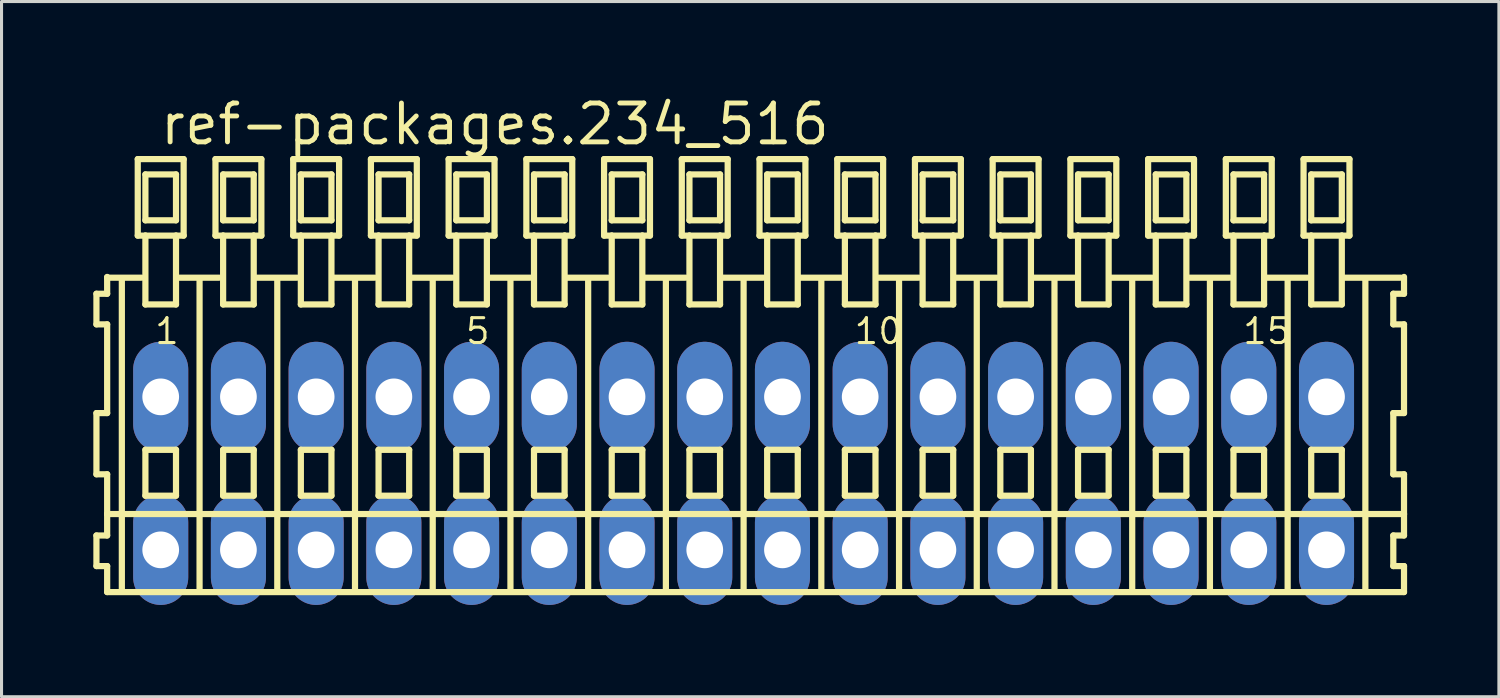
<source format=kicad_pcb>
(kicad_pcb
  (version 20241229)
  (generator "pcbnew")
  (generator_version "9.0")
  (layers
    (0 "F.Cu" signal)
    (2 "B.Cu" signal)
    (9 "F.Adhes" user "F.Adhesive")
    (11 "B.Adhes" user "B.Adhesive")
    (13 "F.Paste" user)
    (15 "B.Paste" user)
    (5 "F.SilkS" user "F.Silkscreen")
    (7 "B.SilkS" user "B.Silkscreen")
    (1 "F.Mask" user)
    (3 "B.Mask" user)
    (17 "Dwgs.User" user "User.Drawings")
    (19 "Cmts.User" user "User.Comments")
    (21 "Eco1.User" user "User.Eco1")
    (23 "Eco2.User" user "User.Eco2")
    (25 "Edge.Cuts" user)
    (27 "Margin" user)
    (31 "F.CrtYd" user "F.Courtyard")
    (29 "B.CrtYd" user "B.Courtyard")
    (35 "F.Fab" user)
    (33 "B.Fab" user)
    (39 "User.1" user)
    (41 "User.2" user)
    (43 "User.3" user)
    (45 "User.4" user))
  (footprint "ref-packages.234_516"
    (layer "F.Cu")
    (at 21.252 12.42)
    (property "Reference" "ref-packages.234_516" (at -19.15 -10.67 0) (layer "F.SilkS") (effects (font (size 1.27 1.27) (thickness 0.16)) (justify left bottom)))
    (attr through_hole)
    (fp_line (start -21.15 -5.87) (end -21.15 -4.87) (stroke (width 0.203) (type default)) (layer "F.SilkS"))
    (fp_line (start -21.15 -4.87) (end -20.8 -4.87) (stroke (width 0.203) (type default)) (layer "F.SilkS"))
    (fp_line (start -21.15 -1.97) (end -21.15 0.03) (stroke (width 0.203) (type default)) (layer "F.SilkS"))
    (fp_line (start -21.15 0.03) (end -20.8 0.03) (stroke (width 0.203) (type default)) (layer "F.SilkS"))
    (fp_line (start -21.15 2.03) (end -21.15 3.03) (stroke (width 0.203) (type default)) (layer "F.SilkS"))
    (fp_line (start -21.15 3.03) (end -20.8 3.03) (stroke (width 0.203) (type default)) (layer "F.SilkS"))
    (fp_line (start -20.8 -6.42) (end -20.8 -6.395) (stroke (width 0.203) (type default)) (layer "F.SilkS"))
    (fp_line (start -20.8 -6.395) (end -20.8 -5.87) (stroke (width 0.203) (type default)) (layer "F.SilkS"))
    (fp_line (start -20.8 -6.395) (end -19.675 -6.395) (stroke (width 0.203) (type default)) (layer "F.SilkS"))
    (fp_line (start -20.8 -5.87) (end -21.15 -5.87) (stroke (width 0.203) (type default)) (layer "F.SilkS"))
    (fp_line (start -20.8 -4.87) (end -20.8 -1.97) (stroke (width 0.203) (type default)) (layer "F.SilkS"))
    (fp_line (start -20.8 -1.97) (end -21.15 -1.97) (stroke (width 0.203) (type default)) (layer "F.SilkS"))
    (fp_line (start -20.8 0.03) (end -20.8 1.33) (stroke (width 0.203) (type default)) (layer "F.SilkS"))
    (fp_line (start -20.8 1.33) (end -20.8 2.03) (stroke (width 0.203) (type default)) (layer "F.SilkS"))
    (fp_line (start -20.8 1.33) (end 21.583 1.33) (stroke (width 0.203) (type default)) (layer "F.SilkS"))
    (fp_line (start -20.8 2.03) (end -21.15 2.03) (stroke (width 0.203) (type default)) (layer "F.SilkS"))
    (fp_line (start -20.8 3.03) (end -20.8 3.88) (stroke (width 0.203) (type default)) (layer "F.SilkS"))
    (fp_line (start -20.8 3.88) (end 21.583 3.88) (stroke (width 0.203) (type default)) (layer "F.SilkS"))
    (fp_line (start -20.32 3.83) (end -20.32 -6.33) (stroke (width 0.203) (type default)) (layer "F.SilkS"))
    (fp_line (start -19.8 -10.27) (end -19.8 -7.77) (stroke (width 0.203) (type default)) (layer "F.SilkS"))
    (fp_line (start -19.8 -7.77) (end -19.55 -7.77) (stroke (width 0.203) (type default)) (layer "F.SilkS"))
    (fp_line (start -19.55 -9.77) (end -19.55 -8.27) (stroke (width 0.203) (type default)) (layer "F.SilkS"))
    (fp_line (start -19.55 -8.27) (end -18.55 -8.27) (stroke (width 0.203) (type default)) (layer "F.SilkS"))
    (fp_line (start -19.55 -7.77) (end -19.55 -5.52) (stroke (width 0.203) (type default)) (layer "F.SilkS"))
    (fp_line (start -19.55 -7.77) (end -18.55 -7.77) (stroke (width 0.203) (type default)) (layer "F.SilkS"))
    (fp_line (start -19.55 -5.52) (end -18.55 -5.52) (stroke (width 0.203) (type default)) (layer "F.SilkS"))
    (fp_line (start -19.55 -0.77) (end -19.55 0.73) (stroke (width 0.203) (type default)) (layer "F.SilkS"))
    (fp_line (start -19.55 0.73) (end -18.55 0.73) (stroke (width 0.203) (type default)) (layer "F.SilkS"))
    (fp_line (start -18.55 -9.77) (end -19.55 -9.77) (stroke (width 0.203) (type default)) (layer "F.SilkS"))
    (fp_line (start -18.55 -8.27) (end -18.55 -9.77) (stroke (width 0.203) (type default)) (layer "F.SilkS"))
    (fp_line (start -18.55 -7.77) (end -18.3 -7.77) (stroke (width 0.203) (type default)) (layer "F.SilkS"))
    (fp_line (start -18.55 -5.52) (end -18.55 -7.77) (stroke (width 0.203) (type default)) (layer "F.SilkS"))
    (fp_line (start -18.55 -0.77) (end -19.55 -0.77) (stroke (width 0.203) (type default)) (layer "F.SilkS"))
    (fp_line (start -18.55 0.73) (end -18.55 -0.77) (stroke (width 0.203) (type default)) (layer "F.SilkS"))
    (fp_line (start -18.514 -6.395) (end -17.135 -6.395) (stroke (width 0.203) (type default)) (layer "F.SilkS"))
    (fp_line (start -18.3 -10.27) (end -19.8 -10.27) (stroke (width 0.203) (type default)) (layer "F.SilkS"))
    (fp_line (start -18.3 -7.77) (end -18.3 -10.27) (stroke (width 0.203) (type default)) (layer "F.SilkS"))
    (fp_line (start -17.78 3.83) (end -17.78 -6.33) (stroke (width 0.203) (type default)) (layer "F.SilkS"))
    (fp_line (start -17.26 -10.27) (end -17.26 -7.77) (stroke (width 0.203) (type default)) (layer "F.SilkS"))
    (fp_line (start -17.26 -7.77) (end -17.01 -7.77) (stroke (width 0.203) (type default)) (layer "F.SilkS"))
    (fp_line (start -17.01 -9.77) (end -17.01 -8.27) (stroke (width 0.203) (type default)) (layer "F.SilkS"))
    (fp_line (start -17.01 -8.27) (end -16.01 -8.27) (stroke (width 0.203) (type default)) (layer "F.SilkS"))
    (fp_line (start -17.01 -7.77) (end -17.01 -5.52) (stroke (width 0.203) (type default)) (layer "F.SilkS"))
    (fp_line (start -17.01 -7.77) (end -16.01 -7.77) (stroke (width 0.203) (type default)) (layer "F.SilkS"))
    (fp_line (start -17.01 -5.52) (end -16.01 -5.52) (stroke (width 0.203) (type default)) (layer "F.SilkS"))
    (fp_line (start -17.01 -0.77) (end -17.01 0.73) (stroke (width 0.203) (type default)) (layer "F.SilkS"))
    (fp_line (start -17.01 0.73) (end -16.01 0.73) (stroke (width 0.203) (type default)) (layer "F.SilkS"))
    (fp_line (start -16.01 -9.77) (end -17.01 -9.77) (stroke (width 0.203) (type default)) (layer "F.SilkS"))
    (fp_line (start -16.01 -8.27) (end -16.01 -9.77) (stroke (width 0.203) (type default)) (layer "F.SilkS"))
    (fp_line (start -16.01 -7.77) (end -15.76 -7.77) (stroke (width 0.203) (type default)) (layer "F.SilkS"))
    (fp_line (start -16.01 -5.52) (end -16.01 -7.77) (stroke (width 0.203) (type default)) (layer "F.SilkS"))
    (fp_line (start -16.01 -0.77) (end -17.01 -0.77) (stroke (width 0.203) (type default)) (layer "F.SilkS"))
    (fp_line (start -16.01 0.73) (end -16.01 -0.77) (stroke (width 0.203) (type default)) (layer "F.SilkS"))
    (fp_line (start -15.974 -6.395) (end -14.595 -6.395) (stroke (width 0.203) (type default)) (layer "F.SilkS"))
    (fp_line (start -15.76 -10.27) (end -17.26 -10.27) (stroke (width 0.203) (type default)) (layer "F.SilkS"))
    (fp_line (start -15.76 -7.77) (end -15.76 -10.27) (stroke (width 0.203) (type default)) (layer "F.SilkS"))
    (fp_line (start -15.24 3.83) (end -15.24 -6.33) (stroke (width 0.203) (type default)) (layer "F.SilkS"))
    (fp_line (start -14.72 -10.27) (end -14.72 -7.77) (stroke (width 0.203) (type default)) (layer "F.SilkS"))
    (fp_line (start -14.72 -7.77) (end -14.47 -7.77) (stroke (width 0.203) (type default)) (layer "F.SilkS"))
    (fp_line (start -14.47 -9.77) (end -14.47 -8.27) (stroke (width 0.203) (type default)) (layer "F.SilkS"))
    (fp_line (start -14.47 -8.27) (end -13.47 -8.27) (stroke (width 0.203) (type default)) (layer "F.SilkS"))
    (fp_line (start -14.47 -7.77) (end -14.47 -5.52) (stroke (width 0.203) (type default)) (layer "F.SilkS"))
    (fp_line (start -14.47 -7.77) (end -13.47 -7.77) (stroke (width 0.203) (type default)) (layer "F.SilkS"))
    (fp_line (start -14.47 -5.52) (end -13.47 -5.52) (stroke (width 0.203) (type default)) (layer "F.SilkS"))
    (fp_line (start -14.47 -0.77) (end -14.47 0.73) (stroke (width 0.203) (type default)) (layer "F.SilkS"))
    (fp_line (start -14.47 0.73) (end -13.47 0.73) (stroke (width 0.203) (type default)) (layer "F.SilkS"))
    (fp_line (start -13.47 -9.77) (end -14.47 -9.77) (stroke (width 0.203) (type default)) (layer "F.SilkS"))
    (fp_line (start -13.47 -8.27) (end -13.47 -9.77) (stroke (width 0.203) (type default)) (layer "F.SilkS"))
    (fp_line (start -13.47 -7.77) (end -13.22 -7.77) (stroke (width 0.203) (type default)) (layer "F.SilkS"))
    (fp_line (start -13.47 -5.52) (end -13.47 -7.77) (stroke (width 0.203) (type default)) (layer "F.SilkS"))
    (fp_line (start -13.47 -0.77) (end -14.47 -0.77) (stroke (width 0.203) (type default)) (layer "F.SilkS"))
    (fp_line (start -13.47 0.73) (end -13.47 -0.77) (stroke (width 0.203) (type default)) (layer "F.SilkS"))
    (fp_line (start -13.434 -6.395) (end -12.055 -6.395) (stroke (width 0.203) (type default)) (layer "F.SilkS"))
    (fp_line (start -13.22 -10.27) (end -14.72 -10.27) (stroke (width 0.203) (type default)) (layer "F.SilkS"))
    (fp_line (start -13.22 -7.77) (end -13.22 -10.27) (stroke (width 0.203) (type default)) (layer "F.SilkS"))
    (fp_line (start -12.7 3.83) (end -12.7 -6.33) (stroke (width 0.203) (type default)) (layer "F.SilkS"))
    (fp_line (start -12.18 -10.27) (end -12.18 -7.77) (stroke (width 0.203) (type default)) (layer "F.SilkS"))
    (fp_line (start -12.18 -7.77) (end -11.93 -7.77) (stroke (width 0.203) (type default)) (layer "F.SilkS"))
    (fp_line (start -11.93 -9.77) (end -11.93 -8.27) (stroke (width 0.203) (type default)) (layer "F.SilkS"))
    (fp_line (start -11.93 -8.27) (end -10.93 -8.27) (stroke (width 0.203) (type default)) (layer "F.SilkS"))
    (fp_line (start -11.93 -7.77) (end -11.93 -5.52) (stroke (width 0.203) (type default)) (layer "F.SilkS"))
    (fp_line (start -11.93 -7.77) (end -10.93 -7.77) (stroke (width 0.203) (type default)) (layer "F.SilkS"))
    (fp_line (start -11.93 -5.52) (end -10.93 -5.52) (stroke (width 0.203) (type default)) (layer "F.SilkS"))
    (fp_line (start -11.93 -0.77) (end -11.93 0.73) (stroke (width 0.203) (type default)) (layer "F.SilkS"))
    (fp_line (start -11.93 0.73) (end -10.93 0.73) (stroke (width 0.203) (type default)) (layer "F.SilkS"))
    (fp_line (start -10.93 -9.77) (end -11.93 -9.77) (stroke (width 0.203) (type default)) (layer "F.SilkS"))
    (fp_line (start -10.93 -8.27) (end -10.93 -9.77) (stroke (width 0.203) (type default)) (layer "F.SilkS"))
    (fp_line (start -10.93 -7.77) (end -10.68 -7.77) (stroke (width 0.203) (type default)) (layer "F.SilkS"))
    (fp_line (start -10.93 -5.52) (end -10.93 -7.77) (stroke (width 0.203) (type default)) (layer "F.SilkS"))
    (fp_line (start -10.93 -0.77) (end -11.93 -0.77) (stroke (width 0.203) (type default)) (layer "F.SilkS"))
    (fp_line (start -10.93 0.73) (end -10.93 -0.77) (stroke (width 0.203) (type default)) (layer "F.SilkS"))
    (fp_line (start -10.894 -6.395) (end -9.515 -6.395) (stroke (width 0.203) (type default)) (layer "F.SilkS"))
    (fp_line (start -10.68 -10.27) (end -12.18 -10.27) (stroke (width 0.203) (type default)) (layer "F.SilkS"))
    (fp_line (start -10.68 -7.77) (end -10.68 -10.27) (stroke (width 0.203) (type default)) (layer "F.SilkS"))
    (fp_line (start -10.16 3.83) (end -10.16 -6.33) (stroke (width 0.203) (type default)) (layer "F.SilkS"))
    (fp_line (start -9.64 -10.27) (end -9.64 -7.77) (stroke (width 0.203) (type default)) (layer "F.SilkS"))
    (fp_line (start -9.64 -7.77) (end -9.39 -7.77) (stroke (width 0.203) (type default)) (layer "F.SilkS"))
    (fp_line (start -9.39 -9.77) (end -9.39 -8.27) (stroke (width 0.203) (type default)) (layer "F.SilkS"))
    (fp_line (start -9.39 -8.27) (end -8.39 -8.27) (stroke (width 0.203) (type default)) (layer "F.SilkS"))
    (fp_line (start -9.39 -7.77) (end -9.39 -5.52) (stroke (width 0.203) (type default)) (layer "F.SilkS"))
    (fp_line (start -9.39 -7.77) (end -8.39 -7.77) (stroke (width 0.203) (type default)) (layer "F.SilkS"))
    (fp_line (start -9.39 -5.52) (end -8.39 -5.52) (stroke (width 0.203) (type default)) (layer "F.SilkS"))
    (fp_line (start -9.39 -0.77) (end -9.39 0.73) (stroke (width 0.203) (type default)) (layer "F.SilkS"))
    (fp_line (start -9.39 0.73) (end -8.39 0.73) (stroke (width 0.203) (type default)) (layer "F.SilkS"))
    (fp_line (start -8.39 -9.77) (end -9.39 -9.77) (stroke (width 0.203) (type default)) (layer "F.SilkS"))
    (fp_line (start -8.39 -8.27) (end -8.39 -9.77) (stroke (width 0.203) (type default)) (layer "F.SilkS"))
    (fp_line (start -8.39 -7.77) (end -8.14 -7.77) (stroke (width 0.203) (type default)) (layer "F.SilkS"))
    (fp_line (start -8.39 -5.52) (end -8.39 -7.77) (stroke (width 0.203) (type default)) (layer "F.SilkS"))
    (fp_line (start -8.39 -0.77) (end -9.39 -0.77) (stroke (width 0.203) (type default)) (layer "F.SilkS"))
    (fp_line (start -8.39 0.73) (end -8.39 -0.77) (stroke (width 0.203) (type default)) (layer "F.SilkS"))
    (fp_line (start -8.354 -6.395) (end -6.975 -6.395) (stroke (width 0.203) (type default)) (layer "F.SilkS"))
    (fp_line (start -8.14 -10.27) (end -9.64 -10.27) (stroke (width 0.203) (type default)) (layer "F.SilkS"))
    (fp_line (start -8.14 -7.77) (end -8.14 -10.27) (stroke (width 0.203) (type default)) (layer "F.SilkS"))
    (fp_line (start -7.62 3.83) (end -7.62 -6.33) (stroke (width 0.203) (type default)) (layer "F.SilkS"))
    (fp_line (start -7.1 -10.27) (end -7.1 -7.77) (stroke (width 0.203) (type default)) (layer "F.SilkS"))
    (fp_line (start -7.1 -7.77) (end -6.85 -7.77) (stroke (width 0.203) (type default)) (layer "F.SilkS"))
    (fp_line (start -6.85 -9.77) (end -6.85 -8.27) (stroke (width 0.203) (type default)) (layer "F.SilkS"))
    (fp_line (start -6.85 -8.27) (end -5.85 -8.27) (stroke (width 0.203) (type default)) (layer "F.SilkS"))
    (fp_line (start -6.85 -7.77) (end -6.85 -5.52) (stroke (width 0.203) (type default)) (layer "F.SilkS"))
    (fp_line (start -6.85 -7.77) (end -5.85 -7.77) (stroke (width 0.203) (type default)) (layer "F.SilkS"))
    (fp_line (start -6.85 -5.52) (end -5.85 -5.52) (stroke (width 0.203) (type default)) (layer "F.SilkS"))
    (fp_line (start -6.85 -0.77) (end -6.85 0.73) (stroke (width 0.203) (type default)) (layer "F.SilkS"))
    (fp_line (start -6.85 0.73) (end -5.85 0.73) (stroke (width 0.203) (type default)) (layer "F.SilkS"))
    (fp_line (start -5.85 -9.77) (end -6.85 -9.77) (stroke (width 0.203) (type default)) (layer "F.SilkS"))
    (fp_line (start -5.85 -8.27) (end -5.85 -9.77) (stroke (width 0.203) (type default)) (layer "F.SilkS"))
    (fp_line (start -5.85 -7.77) (end -5.6 -7.77) (stroke (width 0.203) (type default)) (layer "F.SilkS"))
    (fp_line (start -5.85 -5.52) (end -5.85 -7.77) (stroke (width 0.203) (type default)) (layer "F.SilkS"))
    (fp_line (start -5.85 -0.77) (end -6.85 -0.77) (stroke (width 0.203) (type default)) (layer "F.SilkS"))
    (fp_line (start -5.85 0.73) (end -5.85 -0.77) (stroke (width 0.203) (type default)) (layer "F.SilkS"))
    (fp_line (start -5.814 -6.395) (end -4.435 -6.395) (stroke (width 0.203) (type default)) (layer "F.SilkS"))
    (fp_line (start -5.6 -10.27) (end -7.1 -10.27) (stroke (width 0.203) (type default)) (layer "F.SilkS"))
    (fp_line (start -5.6 -7.77) (end -5.6 -10.27) (stroke (width 0.203) (type default)) (layer "F.SilkS"))
    (fp_line (start -5.08 3.83) (end -5.08 -6.33) (stroke (width 0.203) (type default)) (layer "F.SilkS"))
    (fp_line (start -4.56 -10.27) (end -4.56 -7.77) (stroke (width 0.203) (type default)) (layer "F.SilkS"))
    (fp_line (start -4.56 -7.77) (end -4.31 -7.77) (stroke (width 0.203) (type default)) (layer "F.SilkS"))
    (fp_line (start -4.31 -9.77) (end -4.31 -8.27) (stroke (width 0.203) (type default)) (layer "F.SilkS"))
    (fp_line (start -4.31 -8.27) (end -3.31 -8.27) (stroke (width 0.203) (type default)) (layer "F.SilkS"))
    (fp_line (start -4.31 -7.77) (end -4.31 -5.52) (stroke (width 0.203) (type default)) (layer "F.SilkS"))
    (fp_line (start -4.31 -7.77) (end -3.31 -7.77) (stroke (width 0.203) (type default)) (layer "F.SilkS"))
    (fp_line (start -4.31 -5.52) (end -3.31 -5.52) (stroke (width 0.203) (type default)) (layer "F.SilkS"))
    (fp_line (start -4.31 -0.77) (end -4.31 0.73) (stroke (width 0.203) (type default)) (layer "F.SilkS"))
    (fp_line (start -4.31 0.73) (end -3.31 0.73) (stroke (width 0.203) (type default)) (layer "F.SilkS"))
    (fp_line (start -3.31 -9.77) (end -4.31 -9.77) (stroke (width 0.203) (type default)) (layer "F.SilkS"))
    (fp_line (start -3.31 -8.27) (end -3.31 -9.77) (stroke (width 0.203) (type default)) (layer "F.SilkS"))
    (fp_line (start -3.31 -7.77) (end -3.06 -7.77) (stroke (width 0.203) (type default)) (layer "F.SilkS"))
    (fp_line (start -3.31 -5.52) (end -3.31 -7.77) (stroke (width 0.203) (type default)) (layer "F.SilkS"))
    (fp_line (start -3.31 -0.77) (end -4.31 -0.77) (stroke (width 0.203) (type default)) (layer "F.SilkS"))
    (fp_line (start -3.31 0.73) (end -3.31 -0.77) (stroke (width 0.203) (type default)) (layer "F.SilkS"))
    (fp_line (start -3.274 -6.395) (end -1.895 -6.395) (stroke (width 0.203) (type default)) (layer "F.SilkS"))
    (fp_line (start -3.06 -10.27) (end -4.56 -10.27) (stroke (width 0.203) (type default)) (layer "F.SilkS"))
    (fp_line (start -3.06 -7.77) (end -3.06 -10.27) (stroke (width 0.203) (type default)) (layer "F.SilkS"))
    (fp_line (start -2.54 3.83) (end -2.54 -6.33) (stroke (width 0.203) (type default)) (layer "F.SilkS"))
    (fp_line (start -2.02 -10.27) (end -2.02 -7.77) (stroke (width 0.203) (type default)) (layer "F.SilkS"))
    (fp_line (start -2.02 -7.77) (end -1.77 -7.77) (stroke (width 0.203) (type default)) (layer "F.SilkS"))
    (fp_line (start -1.77 -9.77) (end -1.77 -8.27) (stroke (width 0.203) (type default)) (layer "F.SilkS"))
    (fp_line (start -1.77 -8.27) (end -0.77 -8.27) (stroke (width 0.203) (type default)) (layer "F.SilkS"))
    (fp_line (start -1.77 -7.77) (end -1.77 -5.52) (stroke (width 0.203) (type default)) (layer "F.SilkS"))
    (fp_line (start -1.77 -7.77) (end -0.77 -7.77) (stroke (width 0.203) (type default)) (layer "F.SilkS"))
    (fp_line (start -1.77 -5.52) (end -0.77 -5.52) (stroke (width 0.203) (type default)) (layer "F.SilkS"))
    (fp_line (start -1.77 -0.77) (end -1.77 0.73) (stroke (width 0.203) (type default)) (layer "F.SilkS"))
    (fp_line (start -1.77 0.73) (end -0.77 0.73) (stroke (width 0.203) (type default)) (layer "F.SilkS"))
    (fp_line (start -0.77 -9.77) (end -1.77 -9.77) (stroke (width 0.203) (type default)) (layer "F.SilkS"))
    (fp_line (start -0.77 -8.27) (end -0.77 -9.77) (stroke (width 0.203) (type default)) (layer "F.SilkS"))
    (fp_line (start -0.77 -7.77) (end -0.52 -7.77) (stroke (width 0.203) (type default)) (layer "F.SilkS"))
    (fp_line (start -0.77 -5.52) (end -0.77 -7.77) (stroke (width 0.203) (type default)) (layer "F.SilkS"))
    (fp_line (start -0.77 -0.77) (end -1.77 -0.77) (stroke (width 0.203) (type default)) (layer "F.SilkS"))
    (fp_line (start -0.77 0.73) (end -0.77 -0.77) (stroke (width 0.203) (type default)) (layer "F.SilkS"))
    (fp_line (start -0.734 -6.395) (end 0.645 -6.395) (stroke (width 0.203) (type default)) (layer "F.SilkS"))
    (fp_line (start -0.52 -10.27) (end -2.02 -10.27) (stroke (width 0.203) (type default)) (layer "F.SilkS"))
    (fp_line (start -0.52 -7.77) (end -0.52 -10.27) (stroke (width 0.203) (type default)) (layer "F.SilkS"))
    (fp_line (start 0 3.83) (end 0 -6.33) (stroke (width 0.203) (type default)) (layer "F.SilkS"))
    (fp_line (start 0.52 -10.27) (end 0.52 -7.77) (stroke (width 0.203) (type default)) (layer "F.SilkS"))
    (fp_line (start 0.52 -7.77) (end 0.77 -7.77) (stroke (width 0.203) (type default)) (layer "F.SilkS"))
    (fp_line (start 0.77 -9.77) (end 0.77 -8.27) (stroke (width 0.203) (type default)) (layer "F.SilkS"))
    (fp_line (start 0.77 -8.27) (end 1.77 -8.27) (stroke (width 0.203) (type default)) (layer "F.SilkS"))
    (fp_line (start 0.77 -7.77) (end 0.77 -5.52) (stroke (width 0.203) (type default)) (layer "F.SilkS"))
    (fp_line (start 0.77 -7.77) (end 1.77 -7.77) (stroke (width 0.203) (type default)) (layer "F.SilkS"))
    (fp_line (start 0.77 -5.52) (end 1.77 -5.52) (stroke (width 0.203) (type default)) (layer "F.SilkS"))
    (fp_line (start 0.77 -0.77) (end 0.77 0.73) (stroke (width 0.203) (type default)) (layer "F.SilkS"))
    (fp_line (start 0.77 0.73) (end 1.77 0.73) (stroke (width 0.203) (type default)) (layer "F.SilkS"))
    (fp_line (start 1.77 -9.77) (end 0.77 -9.77) (stroke (width 0.203) (type default)) (layer "F.SilkS"))
    (fp_line (start 1.77 -8.27) (end 1.77 -9.77) (stroke (width 0.203) (type default)) (layer "F.SilkS"))
    (fp_line (start 1.77 -7.77) (end 2.02 -7.77) (stroke (width 0.203) (type default)) (layer "F.SilkS"))
    (fp_line (start 1.77 -5.52) (end 1.77 -7.77) (stroke (width 0.203) (type default)) (layer "F.SilkS"))
    (fp_line (start 1.77 -0.77) (end 0.77 -0.77) (stroke (width 0.203) (type default)) (layer "F.SilkS"))
    (fp_line (start 1.77 0.73) (end 1.77 -0.77) (stroke (width 0.203) (type default)) (layer "F.SilkS"))
    (fp_line (start 1.806 -6.395) (end 3.185 -6.395) (stroke (width 0.203) (type default)) (layer "F.SilkS"))
    (fp_line (start 2.02 -10.27) (end 0.52 -10.27) (stroke (width 0.203) (type default)) (layer "F.SilkS"))
    (fp_line (start 2.02 -7.77) (end 2.02 -10.27) (stroke (width 0.203) (type default)) (layer "F.SilkS"))
    (fp_line (start 2.54 3.83) (end 2.54 -6.33) (stroke (width 0.203) (type default)) (layer "F.SilkS"))
    (fp_line (start 3.06 -10.27) (end 3.06 -7.77) (stroke (width 0.203) (type default)) (layer "F.SilkS"))
    (fp_line (start 3.06 -7.77) (end 3.31 -7.77) (stroke (width 0.203) (type default)) (layer "F.SilkS"))
    (fp_line (start 3.31 -9.77) (end 3.31 -8.27) (stroke (width 0.203) (type default)) (layer "F.SilkS"))
    (fp_line (start 3.31 -8.27) (end 4.31 -8.27) (stroke (width 0.203) (type default)) (layer "F.SilkS"))
    (fp_line (start 3.31 -7.77) (end 3.31 -5.52) (stroke (width 0.203) (type default)) (layer "F.SilkS"))
    (fp_line (start 3.31 -7.77) (end 4.31 -7.77) (stroke (width 0.203) (type default)) (layer "F.SilkS"))
    (fp_line (start 3.31 -5.52) (end 4.31 -5.52) (stroke (width 0.203) (type default)) (layer "F.SilkS"))
    (fp_line (start 3.31 -0.77) (end 3.31 0.73) (stroke (width 0.203) (type default)) (layer "F.SilkS"))
    (fp_line (start 3.31 0.73) (end 4.31 0.73) (stroke (width 0.203) (type default)) (layer "F.SilkS"))
    (fp_line (start 4.31 -9.77) (end 3.31 -9.77) (stroke (width 0.203) (type default)) (layer "F.SilkS"))
    (fp_line (start 4.31 -8.27) (end 4.31 -9.77) (stroke (width 0.203) (type default)) (layer "F.SilkS"))
    (fp_line (start 4.31 -7.77) (end 4.56 -7.77) (stroke (width 0.203) (type default)) (layer "F.SilkS"))
    (fp_line (start 4.31 -5.52) (end 4.31 -7.77) (stroke (width 0.203) (type default)) (layer "F.SilkS"))
    (fp_line (start 4.31 -0.77) (end 3.31 -0.77) (stroke (width 0.203) (type default)) (layer "F.SilkS"))
    (fp_line (start 4.31 0.73) (end 4.31 -0.77) (stroke (width 0.203) (type default)) (layer "F.SilkS"))
    (fp_line (start 4.346 -6.395) (end 5.725 -6.395) (stroke (width 0.203) (type default)) (layer "F.SilkS"))
    (fp_line (start 4.56 -10.27) (end 3.06 -10.27) (stroke (width 0.203) (type default)) (layer "F.SilkS"))
    (fp_line (start 4.56 -7.77) (end 4.56 -10.27) (stroke (width 0.203) (type default)) (layer "F.SilkS"))
    (fp_line (start 5.08 3.83) (end 5.08 -6.33) (stroke (width 0.203) (type default)) (layer "F.SilkS"))
    (fp_line (start 5.6 -10.27) (end 5.6 -7.77) (stroke (width 0.203) (type default)) (layer "F.SilkS"))
    (fp_line (start 5.6 -7.77) (end 5.85 -7.77) (stroke (width 0.203) (type default)) (layer "F.SilkS"))
    (fp_line (start 5.85 -9.77) (end 5.85 -8.27) (stroke (width 0.203) (type default)) (layer "F.SilkS"))
    (fp_line (start 5.85 -8.27) (end 6.85 -8.27) (stroke (width 0.203) (type default)) (layer "F.SilkS"))
    (fp_line (start 5.85 -7.77) (end 5.85 -5.52) (stroke (width 0.203) (type default)) (layer "F.SilkS"))
    (fp_line (start 5.85 -7.77) (end 6.85 -7.77) (stroke (width 0.203) (type default)) (layer "F.SilkS"))
    (fp_line (start 5.85 -5.52) (end 6.85 -5.52) (stroke (width 0.203) (type default)) (layer "F.SilkS"))
    (fp_line (start 5.85 -0.77) (end 5.85 0.73) (stroke (width 0.203) (type default)) (layer "F.SilkS"))
    (fp_line (start 5.85 0.73) (end 6.85 0.73) (stroke (width 0.203) (type default)) (layer "F.SilkS"))
    (fp_line (start 6.85 -9.77) (end 5.85 -9.77) (stroke (width 0.203) (type default)) (layer "F.SilkS"))
    (fp_line (start 6.85 -8.27) (end 6.85 -9.77) (stroke (width 0.203) (type default)) (layer "F.SilkS"))
    (fp_line (start 6.85 -7.77) (end 7.1 -7.77) (stroke (width 0.203) (type default)) (layer "F.SilkS"))
    (fp_line (start 6.85 -5.52) (end 6.85 -7.77) (stroke (width 0.203) (type default)) (layer "F.SilkS"))
    (fp_line (start 6.85 -0.77) (end 5.85 -0.77) (stroke (width 0.203) (type default)) (layer "F.SilkS"))
    (fp_line (start 6.85 0.73) (end 6.85 -0.77) (stroke (width 0.203) (type default)) (layer "F.SilkS"))
    (fp_line (start 6.886 -6.395) (end 8.265 -6.395) (stroke (width 0.203) (type default)) (layer "F.SilkS"))
    (fp_line (start 7.1 -10.27) (end 5.6 -10.27) (stroke (width 0.203) (type default)) (layer "F.SilkS"))
    (fp_line (start 7.1 -7.77) (end 7.1 -10.27) (stroke (width 0.203) (type default)) (layer "F.SilkS"))
    (fp_line (start 7.62 3.83) (end 7.62 -6.33) (stroke (width 0.203) (type default)) (layer "F.SilkS"))
    (fp_line (start 8.14 -10.27) (end 8.14 -7.77) (stroke (width 0.203) (type default)) (layer "F.SilkS"))
    (fp_line (start 8.14 -7.77) (end 8.39 -7.77) (stroke (width 0.203) (type default)) (layer "F.SilkS"))
    (fp_line (start 8.39 -9.77) (end 8.39 -8.27) (stroke (width 0.203) (type default)) (layer "F.SilkS"))
    (fp_line (start 8.39 -8.27) (end 9.39 -8.27) (stroke (width 0.203) (type default)) (layer "F.SilkS"))
    (fp_line (start 8.39 -7.77) (end 8.39 -5.52) (stroke (width 0.203) (type default)) (layer "F.SilkS"))
    (fp_line (start 8.39 -7.77) (end 9.39 -7.77) (stroke (width 0.203) (type default)) (layer "F.SilkS"))
    (fp_line (start 8.39 -5.52) (end 9.39 -5.52) (stroke (width 0.203) (type default)) (layer "F.SilkS"))
    (fp_line (start 8.39 -0.77) (end 8.39 0.73) (stroke (width 0.203) (type default)) (layer "F.SilkS"))
    (fp_line (start 8.39 0.73) (end 9.39 0.73) (stroke (width 0.203) (type default)) (layer "F.SilkS"))
    (fp_line (start 9.39 -9.77) (end 8.39 -9.77) (stroke (width 0.203) (type default)) (layer "F.SilkS"))
    (fp_line (start 9.39 -8.27) (end 9.39 -9.77) (stroke (width 0.203) (type default)) (layer "F.SilkS"))
    (fp_line (start 9.39 -7.77) (end 9.64 -7.77) (stroke (width 0.203) (type default)) (layer "F.SilkS"))
    (fp_line (start 9.39 -5.52) (end 9.39 -7.77) (stroke (width 0.203) (type default)) (layer "F.SilkS"))
    (fp_line (start 9.39 -0.77) (end 8.39 -0.77) (stroke (width 0.203) (type default)) (layer "F.SilkS"))
    (fp_line (start 9.39 0.73) (end 9.39 -0.77) (stroke (width 0.203) (type default)) (layer "F.SilkS"))
    (fp_line (start 9.426 -6.395) (end 10.805 -6.395) (stroke (width 0.203) (type default)) (layer "F.SilkS"))
    (fp_line (start 9.64 -10.27) (end 8.14 -10.27) (stroke (width 0.203) (type default)) (layer "F.SilkS"))
    (fp_line (start 9.64 -7.77) (end 9.64 -10.27) (stroke (width 0.203) (type default)) (layer "F.SilkS"))
    (fp_line (start 10.16 3.83) (end 10.16 -6.33) (stroke (width 0.203) (type default)) (layer "F.SilkS"))
    (fp_line (start 10.68 -10.27) (end 10.68 -7.77) (stroke (width 0.203) (type default)) (layer "F.SilkS"))
    (fp_line (start 10.68 -7.77) (end 10.93 -7.77) (stroke (width 0.203) (type default)) (layer "F.SilkS"))
    (fp_line (start 10.93 -9.77) (end 10.93 -8.27) (stroke (width 0.203) (type default)) (layer "F.SilkS"))
    (fp_line (start 10.93 -8.27) (end 11.93 -8.27) (stroke (width 0.203) (type default)) (layer "F.SilkS"))
    (fp_line (start 10.93 -7.77) (end 10.93 -5.52) (stroke (width 0.203) (type default)) (layer "F.SilkS"))
    (fp_line (start 10.93 -7.77) (end 11.93 -7.77) (stroke (width 0.203) (type default)) (layer "F.SilkS"))
    (fp_line (start 10.93 -5.52) (end 11.93 -5.52) (stroke (width 0.203) (type default)) (layer "F.SilkS"))
    (fp_line (start 10.93 -0.77) (end 10.93 0.73) (stroke (width 0.203) (type default)) (layer "F.SilkS"))
    (fp_line (start 10.93 0.73) (end 11.93 0.73) (stroke (width 0.203) (type default)) (layer "F.SilkS"))
    (fp_line (start 11.93 -9.77) (end 10.93 -9.77) (stroke (width 0.203) (type default)) (layer "F.SilkS"))
    (fp_line (start 11.93 -8.27) (end 11.93 -9.77) (stroke (width 0.203) (type default)) (layer "F.SilkS"))
    (fp_line (start 11.93 -7.77) (end 12.18 -7.77) (stroke (width 0.203) (type default)) (layer "F.SilkS"))
    (fp_line (start 11.93 -5.52) (end 11.93 -7.77) (stroke (width 0.203) (type default)) (layer "F.SilkS"))
    (fp_line (start 11.93 -0.77) (end 10.93 -0.77) (stroke (width 0.203) (type default)) (layer "F.SilkS"))
    (fp_line (start 11.93 0.73) (end 11.93 -0.77) (stroke (width 0.203) (type default)) (layer "F.SilkS"))
    (fp_line (start 11.966 -6.395) (end 13.345 -6.395) (stroke (width 0.203) (type default)) (layer "F.SilkS"))
    (fp_line (start 12.18 -10.27) (end 10.68 -10.27) (stroke (width 0.203) (type default)) (layer "F.SilkS"))
    (fp_line (start 12.18 -7.77) (end 12.18 -10.27) (stroke (width 0.203) (type default)) (layer "F.SilkS"))
    (fp_line (start 12.7 3.83) (end 12.7 -6.33) (stroke (width 0.203) (type default)) (layer "F.SilkS"))
    (fp_line (start 13.22 -10.27) (end 13.22 -7.77) (stroke (width 0.203) (type default)) (layer "F.SilkS"))
    (fp_line (start 13.22 -7.77) (end 13.47 -7.77) (stroke (width 0.203) (type default)) (layer "F.SilkS"))
    (fp_line (start 13.47 -9.77) (end 13.47 -8.27) (stroke (width 0.203) (type default)) (layer "F.SilkS"))
    (fp_line (start 13.47 -8.27) (end 14.47 -8.27) (stroke (width 0.203) (type default)) (layer "F.SilkS"))
    (fp_line (start 13.47 -7.77) (end 13.47 -5.52) (stroke (width 0.203) (type default)) (layer "F.SilkS"))
    (fp_line (start 13.47 -7.77) (end 14.47 -7.77) (stroke (width 0.203) (type default)) (layer "F.SilkS"))
    (fp_line (start 13.47 -5.52) (end 14.47 -5.52) (stroke (width 0.203) (type default)) (layer "F.SilkS"))
    (fp_line (start 13.47 -0.77) (end 13.47 0.73) (stroke (width 0.203) (type default)) (layer "F.SilkS"))
    (fp_line (start 13.47 0.73) (end 14.47 0.73) (stroke (width 0.203) (type default)) (layer "F.SilkS"))
    (fp_line (start 14.47 -9.77) (end 13.47 -9.77) (stroke (width 0.203) (type default)) (layer "F.SilkS"))
    (fp_line (start 14.47 -8.27) (end 14.47 -9.77) (stroke (width 0.203) (type default)) (layer "F.SilkS"))
    (fp_line (start 14.47 -7.77) (end 14.72 -7.77) (stroke (width 0.203) (type default)) (layer "F.SilkS"))
    (fp_line (start 14.47 -5.52) (end 14.47 -7.77) (stroke (width 0.203) (type default)) (layer "F.SilkS"))
    (fp_line (start 14.47 -0.77) (end 13.47 -0.77) (stroke (width 0.203) (type default)) (layer "F.SilkS"))
    (fp_line (start 14.47 0.73) (end 14.47 -0.77) (stroke (width 0.203) (type default)) (layer "F.SilkS"))
    (fp_line (start 14.506 -6.395) (end 15.885 -6.395) (stroke (width 0.203) (type default)) (layer "F.SilkS"))
    (fp_line (start 14.72 -10.27) (end 13.22 -10.27) (stroke (width 0.203) (type default)) (layer "F.SilkS"))
    (fp_line (start 14.72 -7.77) (end 14.72 -10.27) (stroke (width 0.203) (type default)) (layer "F.SilkS"))
    (fp_line (start 15.24 3.83) (end 15.24 -6.33) (stroke (width 0.203) (type default)) (layer "F.SilkS"))
    (fp_line (start 15.76 -10.27) (end 15.76 -7.77) (stroke (width 0.203) (type default)) (layer "F.SilkS"))
    (fp_line (start 15.76 -7.77) (end 16.01 -7.77) (stroke (width 0.203) (type default)) (layer "F.SilkS"))
    (fp_line (start 16.01 -9.77) (end 16.01 -8.27) (stroke (width 0.203) (type default)) (layer "F.SilkS"))
    (fp_line (start 16.01 -8.27) (end 17.01 -8.27) (stroke (width 0.203) (type default)) (layer "F.SilkS"))
    (fp_line (start 16.01 -7.77) (end 16.01 -5.52) (stroke (width 0.203) (type default)) (layer "F.SilkS"))
    (fp_line (start 16.01 -7.77) (end 17.01 -7.77) (stroke (width 0.203) (type default)) (layer "F.SilkS"))
    (fp_line (start 16.01 -5.52) (end 17.01 -5.52) (stroke (width 0.203) (type default)) (layer "F.SilkS"))
    (fp_line (start 16.01 -0.77) (end 16.01 0.73) (stroke (width 0.203) (type default)) (layer "F.SilkS"))
    (fp_line (start 16.01 0.73) (end 17.01 0.73) (stroke (width 0.203) (type default)) (layer "F.SilkS"))
    (fp_line (start 17.01 -9.77) (end 16.01 -9.77) (stroke (width 0.203) (type default)) (layer "F.SilkS"))
    (fp_line (start 17.01 -8.27) (end 17.01 -9.77) (stroke (width 0.203) (type default)) (layer "F.SilkS"))
    (fp_line (start 17.01 -7.77) (end 17.26 -7.77) (stroke (width 0.203) (type default)) (layer "F.SilkS"))
    (fp_line (start 17.01 -5.52) (end 17.01 -7.77) (stroke (width 0.203) (type default)) (layer "F.SilkS"))
    (fp_line (start 17.01 -0.77) (end 16.01 -0.77) (stroke (width 0.203) (type default)) (layer "F.SilkS"))
    (fp_line (start 17.01 0.73) (end 17.01 -0.77) (stroke (width 0.203) (type default)) (layer "F.SilkS"))
    (fp_line (start 17.046 -6.395) (end 18.425 -6.395) (stroke (width 0.203) (type default)) (layer "F.SilkS"))
    (fp_line (start 17.26 -10.27) (end 15.76 -10.27) (stroke (width 0.203) (type default)) (layer "F.SilkS"))
    (fp_line (start 17.26 -7.77) (end 17.26 -10.27) (stroke (width 0.203) (type default)) (layer "F.SilkS"))
    (fp_line (start 17.78 3.83) (end 17.78 -6.33) (stroke (width 0.203) (type default)) (layer "F.SilkS"))
    (fp_line (start 18.3 -10.27) (end 18.3 -7.77) (stroke (width 0.203) (type default)) (layer "F.SilkS"))
    (fp_line (start 18.3 -7.77) (end 18.55 -7.77) (stroke (width 0.203) (type default)) (layer "F.SilkS"))
    (fp_line (start 18.55 -9.77) (end 18.55 -8.27) (stroke (width 0.203) (type default)) (layer "F.SilkS"))
    (fp_line (start 18.55 -8.27) (end 19.55 -8.27) (stroke (width 0.203) (type default)) (layer "F.SilkS"))
    (fp_line (start 18.55 -7.77) (end 18.55 -5.52) (stroke (width 0.203) (type default)) (layer "F.SilkS"))
    (fp_line (start 18.55 -7.77) (end 19.55 -7.77) (stroke (width 0.203) (type default)) (layer "F.SilkS"))
    (fp_line (start 18.55 -5.52) (end 19.55 -5.52) (stroke (width 0.203) (type default)) (layer "F.SilkS"))
    (fp_line (start 18.55 -0.77) (end 18.55 0.73) (stroke (width 0.203) (type default)) (layer "F.SilkS"))
    (fp_line (start 18.55 0.73) (end 19.55 0.73) (stroke (width 0.203) (type default)) (layer "F.SilkS"))
    (fp_line (start 19.55 -9.77) (end 18.55 -9.77) (stroke (width 0.203) (type default)) (layer "F.SilkS"))
    (fp_line (start 19.55 -8.27) (end 19.55 -9.77) (stroke (width 0.203) (type default)) (layer "F.SilkS"))
    (fp_line (start 19.55 -7.77) (end 19.8 -7.77) (stroke (width 0.203) (type default)) (layer "F.SilkS"))
    (fp_line (start 19.55 -5.52) (end 19.55 -7.77) (stroke (width 0.203) (type default)) (layer "F.SilkS"))
    (fp_line (start 19.55 -0.77) (end 18.55 -0.77) (stroke (width 0.203) (type default)) (layer "F.SilkS"))
    (fp_line (start 19.55 0.73) (end 19.55 -0.77) (stroke (width 0.203) (type default)) (layer "F.SilkS"))
    (fp_line (start 19.586 -6.395) (end 21.473 -6.395) (stroke (width 0.203) (type default)) (layer "F.SilkS"))
    (fp_line (start 19.8 -10.27) (end 18.3 -10.27) (stroke (width 0.203) (type default)) (layer "F.SilkS"))
    (fp_line (start 19.8 -7.77) (end 19.8 -10.27) (stroke (width 0.203) (type default)) (layer "F.SilkS"))
    (fp_line (start 20.32 3.83) (end 20.32 -6.33) (stroke (width 0.203) (type default)) (layer "F.SilkS"))
    (fp_line (start 21.233 -5.87) (end 21.233 -4.87) (stroke (width 0.203) (type default)) (layer "F.SilkS"))
    (fp_line (start 21.233 -4.87) (end 21.583 -4.87) (stroke (width 0.203) (type default)) (layer "F.SilkS"))
    (fp_line (start 21.233 -1.97) (end 21.233 0.03) (stroke (width 0.203) (type default)) (layer "F.SilkS"))
    (fp_line (start 21.233 0.03) (end 21.583 0.03) (stroke (width 0.203) (type default)) (layer "F.SilkS"))
    (fp_line (start 21.233 2.03) (end 21.233 3.03) (stroke (width 0.203) (type default)) (layer "F.SilkS"))
    (fp_line (start 21.233 3.03) (end 21.583 3.03) (stroke (width 0.203) (type default)) (layer "F.SilkS"))
    (fp_line (start 21.583 -5.87) (end 21.233 -5.87) (stroke (width 0.203) (type default)) (layer "F.SilkS"))
    (fp_line (start 21.583 -5.87) (end 21.583 -6.42) (stroke (width 0.203) (type default)) (layer "F.SilkS"))
    (fp_line (start 21.583 -1.97) (end 21.233 -1.97) (stroke (width 0.203) (type default)) (layer "F.SilkS"))
    (fp_line (start 21.583 -1.97) (end 21.583 -4.87) (stroke (width 0.203) (type default)) (layer "F.SilkS"))
    (fp_line (start 21.583 1.33) (end 21.583 0.03) (stroke (width 0.203) (type default)) (layer "F.SilkS"))
    (fp_line (start 21.583 2.03) (end 21.233 2.03) (stroke (width 0.203) (type default)) (layer "F.SilkS"))
    (fp_line (start 21.583 2.03) (end 21.583 1.33) (stroke (width 0.203) (type default)) (layer "F.SilkS"))
    (fp_line (start 21.583 3.88) (end 21.583 3.03) (stroke (width 0.203) (type default)) (layer "F.SilkS"))
    (fp_text user "15" (at 16.26 -4.17 0) (layer "F.SilkS") (effects (font (size 0.813 0.813) (thickness 0.1)) (justify left bottom)))
    (fp_text user "1" (at -19.3 -4.17 0) (layer "F.SilkS") (effects (font (size 0.813 0.813) (thickness 0.1)) (justify left bottom)))
    (fp_text user "5" (at -9.14 -4.17 0) (layer "F.SilkS") (effects (font (size 0.813 0.813) (thickness 0.1)) (justify left bottom)))
    (fp_text user "10" (at 3.56 -4.17 0) (layer "F.SilkS") (effects (font (size 0.813 0.813) (thickness 0.1)) (justify left bottom)))
    (pad "A1" thru_hole oval (at -19.05 -2.5 90) (size 3.6 1.8) (drill 1.2) (layers "*.Cu" "*.Mask"))
    (pad "A2" thru_hole oval (at -16.51 -2.5 90) (size 3.6 1.8) (drill 1.2) (layers "*.Cu" "*.Mask"))
    (pad "A3" thru_hole oval (at -13.97 -2.5 90) (size 3.6 1.8) (drill 1.2) (layers "*.Cu" "*.Mask"))
    (pad "A4" thru_hole oval (at -11.43 -2.5 90) (size 3.6 1.8) (drill 1.2) (layers "*.Cu" "*.Mask"))
    (pad "A5" thru_hole oval (at -8.89 -2.5 90) (size 3.6 1.8) (drill 1.2) (layers "*.Cu" "*.Mask"))
    (pad "A6" thru_hole oval (at -6.35 -2.5 90) (size 3.6 1.8) (drill 1.2) (layers "*.Cu" "*.Mask"))
    (pad "A7" thru_hole oval (at -3.81 -2.5 90) (size 3.6 1.8) (drill 1.2) (layers "*.Cu" "*.Mask"))
    (pad "A8" thru_hole oval (at -1.27 -2.5 90) (size 3.6 1.8) (drill 1.2) (layers "*.Cu" "*.Mask"))
    (pad "A9" thru_hole oval (at 1.27 -2.5 90) (size 3.6 1.8) (drill 1.2) (layers "*.Cu" "*.Mask"))
    (pad "A10" thru_hole oval (at 3.81 -2.5 90) (size 3.6 1.8) (drill 1.2) (layers "*.Cu" "*.Mask"))
    (pad "A11" thru_hole oval (at 6.35 -2.5 90) (size 3.6 1.8) (drill 1.2) (layers "*.Cu" "*.Mask"))
    (pad "A12" thru_hole oval (at 8.89 -2.5 90) (size 3.6 1.8) (drill 1.2) (layers "*.Cu" "*.Mask"))
    (pad "A13" thru_hole oval (at 11.43 -2.5 90) (size 3.6 1.8) (drill 1.2) (layers "*.Cu" "*.Mask"))
    (pad "A14" thru_hole oval (at 13.97 -2.5 90) (size 3.6 1.8) (drill 1.2) (layers "*.Cu" "*.Mask"))
    (pad "A15" thru_hole oval (at 16.51 -2.5 90) (size 3.6 1.8) (drill 1.2) (layers "*.Cu" "*.Mask"))
    (pad "A16" thru_hole oval (at 19.05 -2.5 90) (size 3.6 1.8) (drill 1.2) (layers "*.Cu" "*.Mask"))
    (pad "B1" thru_hole oval (at -19.05 2.5 90) (size 3.6 1.8) (drill 1.2) (layers "*.Cu" "*.Mask"))
    (pad "B2" thru_hole oval (at -16.51 2.5 90) (size 3.6 1.8) (drill 1.2) (layers "*.Cu" "*.Mask"))
    (pad "B3" thru_hole oval (at -13.97 2.5 90) (size 3.6 1.8) (drill 1.2) (layers "*.Cu" "*.Mask"))
    (pad "B4" thru_hole oval (at -11.43 2.5 90) (size 3.6 1.8) (drill 1.2) (layers "*.Cu" "*.Mask"))
    (pad "B5" thru_hole oval (at -8.89 2.5 90) (size 3.6 1.8) (drill 1.2) (layers "*.Cu" "*.Mask"))
    (pad "B6" thru_hole oval (at -6.35 2.5 90) (size 3.6 1.8) (drill 1.2) (layers "*.Cu" "*.Mask"))
    (pad "B7" thru_hole oval (at -3.81 2.5 90) (size 3.6 1.8) (drill 1.2) (layers "*.Cu" "*.Mask"))
    (pad "B8" thru_hole oval (at -1.27 2.5 90) (size 3.6 1.8) (drill 1.2) (layers "*.Cu" "*.Mask"))
    (pad "B9" thru_hole oval (at 1.27 2.5 90) (size 3.6 1.8) (drill 1.2) (layers "*.Cu" "*.Mask"))
    (pad "B10" thru_hole oval (at 3.81 2.5 90) (size 3.6 1.8) (drill 1.2) (layers "*.Cu" "*.Mask"))
    (pad "B11" thru_hole oval (at 6.35 2.5 90) (size 3.6 1.8) (drill 1.2) (layers "*.Cu" "*.Mask"))
    (pad "B12" thru_hole oval (at 8.89 2.5 90) (size 3.6 1.8) (drill 1.2) (layers "*.Cu" "*.Mask"))
    (pad "B13" thru_hole oval (at 11.43 2.5 90) (size 3.6 1.8) (drill 1.2) (layers "*.Cu" "*.Mask"))
    (pad "B14" thru_hole oval (at 13.97 2.5 90) (size 3.6 1.8) (drill 1.2) (layers "*.Cu" "*.Mask"))
    (pad "B15" thru_hole oval (at 16.51 2.5 90) (size 3.6 1.8) (drill 1.2) (layers "*.Cu" "*.Mask"))
    (pad "B16" thru_hole oval (at 19.05 2.5 90) (size 3.6 1.8) (drill 1.2) (layers "*.Cu" "*.Mask")))
  (gr_rect
    (start -3 -3)
    (end 45.936 19.72)
    (stroke (width 0.1) (type default))
    (fill no)
    (layer "Edge.Cuts")))
</source>
